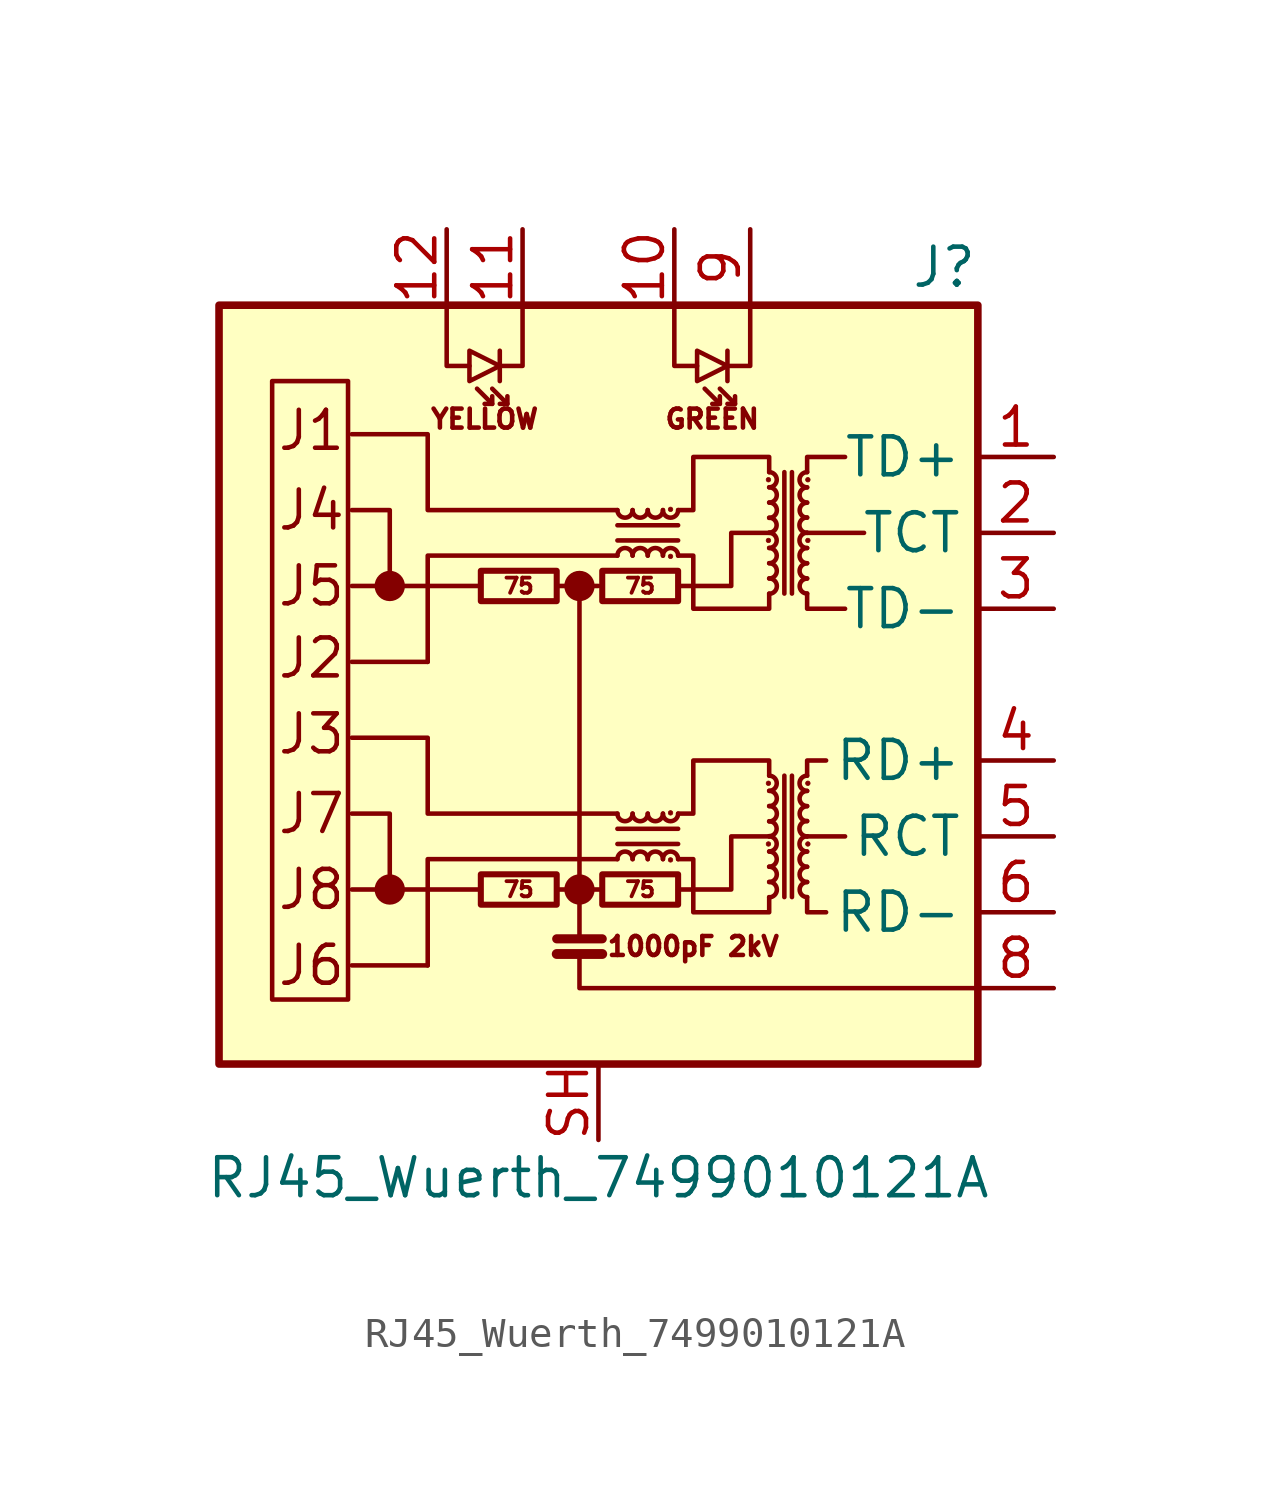
<source format=kicad_sym>
(kicad_symbol_lib
  (version 20220914)
  (generator kicad_symbol_editor)
  (symbol "RJ45_Wuerth_7499010121A"
    (property "Reference" "J"
      (at 12.7 13.97 0)
      (effects (font (size 1.27 1.27)) (justify right)))
    (property "Value" "RJ45_Wuerth_7499010121A"
      (at 0 -16.51 0)
      (effects (font (size 1.27 1.27))))
    (symbol "RJ45_Wuerth_7499010121A_0_0"
      (rectangle (start -12.7 12.7) (end 12.7 -12.7) (stroke (width 0.254) (type default)) (fill (type background)))
      (circle (center -6.985 -6.858) (radius 0.0001) (stroke (width 0.508) (type default)) (fill (type none)))
      (circle (center -6.985 3.302) (radius 0.0001) (stroke (width 0.508) (type default)) (fill (type none)))
      (circle (center -0.635 -6.858) (radius 0.0001) (stroke (width 0.508) (type default)) (fill (type none)))
      (circle (center -0.635 3.302) (radius 0.0001) (stroke (width 0.508) (type default)) (fill (type none)))
      (polyline (pts (xy -3.937 -6.858) (xy -8.255 -6.858)) (stroke (width 0) (type default)) (fill (type none)))
      (polyline (pts (xy -3.937 3.302) (xy -8.255 3.302)) (stroke (width 0) (type default)) (fill (type none)))
      (polyline (pts (xy 8.255 -5.08) (xy 6.985 -5.08)) (stroke (width 0) (type default)) (fill (type none)))
      (polyline (pts (xy 8.89 5.08) (xy 6.985 5.08)) (stroke (width 0) (type default)) (fill (type none)))
      (polyline (pts (xy -0.635 -9.017) (xy -0.635 -10.16) (xy 12.7 -10.16)) (stroke (width 0) (type default)) (fill (type none)))
      (polyline (pts (xy 0.635 -4.318) (xy -5.715 -4.318) (xy -5.715 -1.778) (xy -8.255 -1.778)) (stroke (width 0) (type default)) (fill (type none)))
      (polyline (pts (xy 0.635 5.842) (xy -5.715 5.842) (xy -5.715 8.382) (xy -8.255 8.382)) (stroke (width 0) (type default)) (fill (type none)))
      (polyline (pts (xy 2.667 -6.858) (xy 4.445 -6.858) (xy 4.445 -5.08) (xy 5.715 -5.08)) (stroke (width 0) (type default)) (fill (type none)))
      (polyline (pts (xy 2.667 3.302) (xy 4.445 3.302) (xy 4.445 5.08) (xy 5.715 5.08)) (stroke (width 0) (type default)) (fill (type none)))
      (text "1000pF 2kV" (at 3.175 -8.763 0) (effects (font (size 0.635 0.635))))
      (text "GREEN" (at 3.81 8.89 0) (effects (font (size 0.635 0.635))))
      (text "J1" (at -10.795 8.509 0) (effects (font (size 1.27 1.27)) (justify left)))
      (text "J2" (at -10.795 0.889 0) (effects (font (size 1.27 1.27)) (justify left)))
      (text "J3" (at -10.795 -1.651 0) (effects (font (size 1.27 1.27)) (justify left)))
      (text "J4" (at -10.795 5.842 0) (effects (font (size 1.27 1.27)) (justify left)))
      (text "J5" (at -10.795 3.302 0) (effects (font (size 1.27 1.27)) (justify left)))
      (text "J6" (at -10.795 -9.398 0) (effects (font (size 1.27 1.27)) (justify left)))
      (text "J7" (at -10.795 -4.318 0) (effects (font (size 1.27 1.27)) (justify left)))
      (text "J8" (at -10.795 -6.858 0) (effects (font (size 1.27 1.27)) (justify left)))
      (text "YELLOW" (at -3.81 8.89 0) (effects (font (size 0.635 0.635)))))
    (symbol "RJ45_Wuerth_7499010121A_0_1"
      (rectangle (start -8.382 -10.541) (end -10.922 10.16) (stroke (width 0) (type default)) (fill (type none)))
      (rectangle (start -3.937 -7.366) (end -1.397 -6.35) (stroke (width 0.203) (type default)) (fill (type none)))
      (rectangle (start -3.937 2.794) (end -1.397 3.81) (stroke (width 0.203) (type default)) (fill (type none)))
      (polyline (pts (xy -5.715 -9.398) (xy -8.255 -9.398)) (stroke (width 0) (type default)) (fill (type none)))
      (polyline (pts (xy -5.715 0.762) (xy -8.255 0.762)) (stroke (width 0) (type default)) (fill (type none)))
      (polyline (pts (xy -3.556 9.398) (xy -4.064 9.906)) (stroke (width 0) (type default)) (fill (type none)))
      (polyline (pts (xy -3.302 11.176) (xy -3.302 10.16)) (stroke (width 0) (type default)) (fill (type none)))
      (polyline (pts (xy -3.048 9.398) (xy -3.556 9.906)) (stroke (width 0) (type default)) (fill (type none)))
      (polyline (pts (xy -1.397 -9.017) (xy 0.127 -9.017)) (stroke (width 0.33) (type default)) (fill (type none)))
      (polyline (pts (xy -1.397 -8.509) (xy 0.127 -8.509)) (stroke (width 0.305) (type default)) (fill (type none)))
      (polyline (pts (xy -0.635 3.302) (xy -1.397 3.302)) (stroke (width 0) (type default)) (fill (type none)))
      (polyline (pts (xy 0.127 -6.858) (xy -1.397 -6.858)) (stroke (width 0) (type default)) (fill (type none)))
      (polyline (pts (xy 0.635 -5.334) (xy 2.667 -5.334)) (stroke (width 0) (type default)) (fill (type none)))
      (polyline (pts (xy 0.635 4.826) (xy 2.667 4.826)) (stroke (width 0) (type default)) (fill (type none)))
      (polyline (pts (xy 2.667 -4.826) (xy 0.635 -4.826)) (stroke (width 0) (type default)) (fill (type none)))
      (polyline (pts (xy 2.667 5.334) (xy 0.635 5.334)) (stroke (width 0) (type default)) (fill (type none)))
      (polyline (pts (xy 4.064 9.398) (xy 3.556 9.906)) (stroke (width 0) (type default)) (fill (type none)))
      (polyline (pts (xy 4.318 11.176) (xy 4.318 10.16)) (stroke (width 0) (type default)) (fill (type none)))
      (polyline (pts (xy 4.572 9.398) (xy 4.064 9.906)) (stroke (width 0) (type default)) (fill (type none)))
      (polyline (pts (xy 6.223 -3.048) (xy 6.223 -7.112)) (stroke (width 0) (type default)) (fill (type none)))
      (polyline (pts (xy 6.223 7.112) (xy 6.223 3.048)) (stroke (width 0) (type default)) (fill (type none)))
      (polyline (pts (xy 6.477 -7.112) (xy 6.477 -3.048)) (stroke (width 0) (type default)) (fill (type none)))
      (polyline (pts (xy 6.477 3.048) (xy 6.477 7.112)) (stroke (width 0) (type default)) (fill (type none)))
      (polyline (pts (xy -6.985 -6.858) (xy -6.985 -4.318) (xy -8.255 -4.318)) (stroke (width 0) (type default)) (fill (type none)))
      (polyline (pts (xy -6.985 3.302) (xy -6.985 5.842) (xy -8.255 5.842)) (stroke (width 0) (type default)) (fill (type none)))
      (polyline (pts (xy -5.08 12.7) (xy -5.08 10.668) (xy -4.318 10.668)) (stroke (width 0) (type default)) (fill (type none)))
      (polyline (pts (xy -3.556 9.652) (xy -3.556 9.398) (xy -3.81 9.398)) (stroke (width 0) (type default)) (fill (type none)))
      (polyline (pts (xy -3.048 9.652) (xy -3.048 9.398) (xy -3.302 9.398)) (stroke (width 0) (type default)) (fill (type none)))
      (polyline (pts (xy -2.54 12.7) (xy -2.54 10.668) (xy -3.302 10.668)) (stroke (width 0) (type default)) (fill (type none)))
      (polyline (pts (xy -0.635 -8.509) (xy -0.635 3.302) (xy 0 3.302)) (stroke (width 0) (type default)) (fill (type none)))
      (polyline (pts (xy 0.635 -5.842) (xy -5.715 -5.842) (xy -5.715 -9.398)) (stroke (width 0) (type default)) (fill (type none)))
      (polyline (pts (xy 0.635 4.318) (xy -5.715 4.318) (xy -5.715 0.762)) (stroke (width 0) (type default)) (fill (type none)))
      (polyline (pts (xy 2.54 12.7) (xy 2.54 10.668) (xy 3.302 10.668)) (stroke (width 0) (type default)) (fill (type none)))
      (polyline (pts (xy 4.064 9.652) (xy 4.064 9.398) (xy 3.81 9.398)) (stroke (width 0) (type default)) (fill (type none)))
      (polyline (pts (xy 4.572 9.652) (xy 4.572 9.398) (xy 4.318 9.398)) (stroke (width 0) (type default)) (fill (type none)))
      (polyline (pts (xy 5.08 12.7) (xy 5.08 10.668) (xy 4.318 10.668)) (stroke (width 0) (type default)) (fill (type none)))
      (polyline (pts (xy 6.985 -7.112) (xy 6.985 -7.62) (xy 7.62 -7.62)) (stroke (width 0) (type default)) (fill (type none)))
      (polyline (pts (xy 6.985 -3.048) (xy 6.985 -2.54) (xy 7.62 -2.54)) (stroke (width 0) (type default)) (fill (type none)))
      (polyline (pts (xy 6.985 3.048) (xy 6.985 2.54) (xy 8.255 2.54)) (stroke (width 0) (type default)) (fill (type none)))
      (polyline (pts (xy 6.985 7.112) (xy 6.985 7.62) (xy 8.255 7.62)) (stroke (width 0) (type default)) (fill (type none)))
      (polyline (pts (xy -3.302 10.668) (xy -4.318 11.176) (xy -4.318 10.16) (xy -3.302 10.668)) (stroke (width 0) (type default)) (fill (type none)))
      (polyline (pts (xy 4.318 10.668) (xy 3.302 11.176) (xy 3.302 10.16) (xy 4.318 10.668)) (stroke (width 0) (type default)) (fill (type none)))
      (polyline (pts (xy 2.667 -4.318) (xy 3.175 -4.318) (xy 3.175 -2.54) (xy 5.715 -2.54) (xy 5.715 -3.048)) (stroke (width 0) (type default)) (fill (type none)))
      (polyline (pts (xy 2.667 5.842) (xy 3.175 5.842) (xy 3.175 7.62) (xy 5.715 7.62) (xy 5.715 7.112)) (stroke (width 0) (type default)) (fill (type none)))
      (polyline (pts (xy 5.715 -7.112) (xy 5.715 -7.62) (xy 3.175 -7.62) (xy 3.175 -5.842) (xy 2.667 -5.842)) (stroke (width 0) (type default)) (fill (type none)))
      (polyline (pts (xy 5.715 3.048) (xy 5.715 2.54) (xy 3.175 2.54) (xy 3.175 4.318) (xy 2.667 4.318)) (stroke (width 0) (type default)) (fill (type none)))
      (rectangle (start 0.127 -7.366) (end 2.667 -6.35) (stroke (width 0.203) (type default)) (fill (type none)))
      (rectangle (start 0.127 2.794) (end 2.667 3.81) (stroke (width 0.203) (type default)) (fill (type none)))
      (arc (start 0.635 -4.318) (mid 0.889 -4.5709) (end 1.143 -4.318) (stroke (width 0) (type default)) (fill (type none)))
      (arc (start 0.635 5.842) (mid 0.889 5.5891) (end 1.143 5.842) (stroke (width 0) (type default)) (fill (type none)))
      (arc (start 1.143 -5.842) (mid 0.889 -5.5891) (end 0.635 -5.842) (stroke (width 0) (type default)) (fill (type none)))
      (arc (start 1.143 -4.318) (mid 1.397 -4.5709) (end 1.651 -4.318) (stroke (width 0) (type default)) (fill (type none)))
      (arc (start 1.143 4.318) (mid 0.889 4.5709) (end 0.635 4.318) (stroke (width 0) (type default)) (fill (type none)))
      (arc (start 1.143 5.842) (mid 1.397 5.5891) (end 1.651 5.842) (stroke (width 0) (type default)) (fill (type none)))
      (arc (start 1.651 -5.842) (mid 1.397 -5.5891) (end 1.143 -5.842) (stroke (width 0) (type default)) (fill (type none)))
      (arc (start 1.651 -4.318) (mid 1.905 -4.5709) (end 2.159 -4.318) (stroke (width 0) (type default)) (fill (type none)))
      (arc (start 1.651 4.318) (mid 1.397 4.5709) (end 1.143 4.318) (stroke (width 0) (type default)) (fill (type none)))
      (arc (start 1.651 5.842) (mid 1.905 5.5891) (end 2.159 5.842) (stroke (width 0) (type default)) (fill (type none)))
      (arc (start 2.159 -5.842) (mid 1.905 -5.5891) (end 1.651 -5.842) (stroke (width 0) (type default)) (fill (type none)))
      (arc (start 2.159 -4.318) (mid 2.413 -4.5709) (end 2.667 -4.318) (stroke (width 0) (type default)) (fill (type none)))
      (arc (start 2.159 4.318) (mid 1.905 4.5709) (end 1.651 4.318) (stroke (width 0) (type default)) (fill (type none)))
      (arc (start 2.159 5.842) (mid 2.413 5.5891) (end 2.667 5.842) (stroke (width 0) (type default)) (fill (type none)))
      (circle (center 2.413 -5.867) (radius 0.076) (stroke (width 0.025) (type default)) (fill (type outline)))
      (circle (center 2.413 -4.293) (radius 0.076) (stroke (width 0.025) (type default)) (fill (type outline)))
      (circle (center 2.413 4.293) (radius 0.076) (stroke (width 0.025) (type default)) (fill (type outline)))
      (circle (center 2.413 5.867) (radius 0.076) (stroke (width 0.025) (type default)) (fill (type outline)))
      (arc (start 2.667 -5.842) (mid 2.413 -5.5891) (end 2.159 -5.842) (stroke (width 0) (type default)) (fill (type none)))
      (arc (start 2.667 4.318) (mid 2.413 4.5709) (end 2.159 4.318) (stroke (width 0) (type default)) (fill (type none)))
      (circle (center 5.69 -5.334) (radius 0.076) (stroke (width 0.025) (type default)) (fill (type outline)))
      (circle (center 5.69 -3.302) (radius 0.076) (stroke (width 0.025) (type default)) (fill (type outline)))
      (circle (center 5.69 4.826) (radius 0.076) (stroke (width 0.025) (type default)) (fill (type outline)))
      (circle (center 5.69 6.858) (radius 0.076) (stroke (width 0.025) (type default)) (fill (type outline)))
      (arc (start 5.715 -7.112) (mid 5.9679 -6.858) (end 5.715 -6.604) (stroke (width 0) (type default)) (fill (type none)))
      (arc (start 5.715 -6.604) (mid 5.9679 -6.35) (end 5.715 -6.096) (stroke (width 0) (type default)) (fill (type none)))
      (arc (start 5.715 -6.096) (mid 5.9679 -5.842) (end 5.715 -5.588) (stroke (width 0) (type default)) (fill (type none)))
      (arc (start 5.715 -5.588) (mid 5.9679 -5.334) (end 5.715 -5.08) (stroke (width 0) (type default)) (fill (type none)))
      (arc (start 5.715 -5.08) (mid 5.9679 -4.826) (end 5.715 -4.572) (stroke (width 0) (type default)) (fill (type none)))
      (arc (start 5.715 -4.572) (mid 5.9679 -4.318) (end 5.715 -4.064) (stroke (width 0) (type default)) (fill (type none)))
      (arc (start 5.715 -4.064) (mid 5.9679 -3.81) (end 5.715 -3.556) (stroke (width 0) (type default)) (fill (type none)))
      (arc (start 5.715 -3.556) (mid 5.9679 -3.302) (end 5.715 -3.048) (stroke (width 0) (type default)) (fill (type none)))
      (arc (start 5.715 3.048) (mid 5.9679 3.302) (end 5.715 3.556) (stroke (width 0) (type default)) (fill (type none)))
      (arc (start 5.715 3.556) (mid 5.9679 3.81) (end 5.715 4.064) (stroke (width 0) (type default)) (fill (type none)))
      (arc (start 5.715 4.064) (mid 5.9679 4.318) (end 5.715 4.572) (stroke (width 0) (type default)) (fill (type none)))
      (arc (start 5.715 4.572) (mid 5.9679 4.826) (end 5.715 5.08) (stroke (width 0) (type default)) (fill (type none)))
      (arc (start 5.715 5.08) (mid 5.9679 5.334) (end 5.715 5.588) (stroke (width 0) (type default)) (fill (type none)))
      (arc (start 5.715 5.588) (mid 5.9679 5.842) (end 5.715 6.096) (stroke (width 0) (type default)) (fill (type none)))
      (arc (start 5.715 6.096) (mid 5.9679 6.35) (end 5.715 6.604) (stroke (width 0) (type default)) (fill (type none)))
      (arc (start 5.715 6.604) (mid 5.9679 6.858) (end 5.715 7.112) (stroke (width 0) (type default)) (fill (type none)))
      (arc (start 6.985 -6.604) (mid 6.7321 -6.858) (end 6.985 -7.112) (stroke (width 0) (type default)) (fill (type none)))
      (arc (start 6.985 -6.096) (mid 6.7321 -6.35) (end 6.985 -6.604) (stroke (width 0) (type default)) (fill (type none)))
      (arc (start 6.985 -5.588) (mid 6.7321 -5.842) (end 6.985 -6.096) (stroke (width 0) (type default)) (fill (type none)))
      (arc (start 6.985 -5.08) (mid 6.7321 -5.334) (end 6.985 -5.588) (stroke (width 0) (type default)) (fill (type none)))
      (arc (start 6.985 -4.572) (mid 6.7321 -4.826) (end 6.985 -5.08) (stroke (width 0) (type default)) (fill (type none)))
      (arc (start 6.985 -4.064) (mid 6.7321 -4.318) (end 6.985 -4.572) (stroke (width 0) (type default)) (fill (type none)))
      (arc (start 6.985 -3.556) (mid 6.7321 -3.81) (end 6.985 -4.064) (stroke (width 0) (type default)) (fill (type none)))
      (arc (start 6.985 -3.048) (mid 6.7321 -3.302) (end 6.985 -3.556) (stroke (width 0) (type default)) (fill (type none)))
      (arc (start 6.985 3.556) (mid 6.7321 3.302) (end 6.985 3.048) (stroke (width 0) (type default)) (fill (type none)))
      (arc (start 6.985 4.064) (mid 6.7321 3.81) (end 6.985 3.556) (stroke (width 0) (type default)) (fill (type none)))
      (arc (start 6.985 4.572) (mid 6.7321 4.318) (end 6.985 4.064) (stroke (width 0) (type default)) (fill (type none)))
      (arc (start 6.985 5.08) (mid 6.7321 4.826) (end 6.985 4.572) (stroke (width 0) (type default)) (fill (type none)))
      (arc (start 6.985 5.588) (mid 6.7321 5.334) (end 6.985 5.08) (stroke (width 0) (type default)) (fill (type none)))
      (arc (start 6.985 6.096) (mid 6.7321 5.842) (end 6.985 5.588) (stroke (width 0) (type default)) (fill (type none)))
      (arc (start 6.985 6.604) (mid 6.7321 6.35) (end 6.985 6.096) (stroke (width 0) (type default)) (fill (type none)))
      (arc (start 6.985 7.112) (mid 6.7321 6.858) (end 6.985 6.604) (stroke (width 0) (type default)) (fill (type none)))
      (circle (center 7.01 -5.334) (radius 0.076) (stroke (width 0.025) (type default)) (fill (type outline)))
      (circle (center 7.01 -3.302) (radius 0.076) (stroke (width 0.025) (type default)) (fill (type outline)))
      (circle (center 7.01 4.826) (radius 0.076) (stroke (width 0.025) (type default)) (fill (type outline)))
      (circle (center 7.01 6.858) (radius 0.076) (stroke (width 0.025) (type default)) (fill (type outline))))
    (symbol "RJ45_Wuerth_7499010121A_1_0"
      (text "75" (at -2.667 -6.858 0) (effects (font (size 0.508 0.508))))
      (text "75" (at -2.667 3.302 0) (effects (font (size 0.508 0.508))))
      (text "75" (at 1.397 -6.858 0) (effects (font (size 0.508 0.508))))
      (text "75" (at 1.397 3.302 0) (effects (font (size 0.508 0.508)))))
    (symbol "RJ45_Wuerth_7499010121A_1_1"
      (pin passive line (at 15.24 7.62 180) (length 2.54) (name "TD+" (effects (font (size 1.27 1.27)))) (number "1" (effects (font (size 1.27 1.27)))))
      (pin passive line (at 2.54 15.24 270) (length 2.54) (name "~" (effects (font (size 1.27 1.27)))) (number "10" (effects (font (size 1.27 1.27)))))
      (pin passive line (at -2.54 15.24 270) (length 2.54) (name "~" (effects (font (size 1.27 1.27)))) (number "11" (effects (font (size 1.27 1.27)))))
      (pin passive line (at -5.08 15.24 270) (length 2.54) (name "~" (effects (font (size 1.27 1.27)))) (number "12" (effects (font (size 1.27 1.27)))))
      (pin passive line (at 15.24 5.08 180) (length 2.54) (name "TCT" (effects (font (size 1.27 1.27)))) (number "2" (effects (font (size 1.27 1.27)))))
      (pin passive line (at 15.24 2.54 180) (length 2.54) (name "TD-" (effects (font (size 1.27 1.27)))) (number "3" (effects (font (size 1.27 1.27)))))
      (pin passive line (at 15.24 -2.54 180) (length 2.54) (name "RD+" (effects (font (size 1.27 1.27)))) (number "4" (effects (font (size 1.27 1.27)))))
      (pin passive line (at 15.24 -5.08 180) (length 2.54) (name "RCT" (effects (font (size 1.27 1.27)))) (number "5" (effects (font (size 1.27 1.27)))))
      (pin passive line (at 15.24 -7.62 180) (length 2.54) (name "RD-" (effects (font (size 1.27 1.27)))) (number "6" (effects (font (size 1.27 1.27)))))
      (pin passive line (at 15.24 -10.16 180) (length 2.54) (name "~" (effects (font (size 1.27 1.27)))) (number "8" (effects (font (size 1.27 1.27)))))
      (pin passive line (at 5.08 15.24 270) (length 2.54) (name "~" (effects (font (size 1.27 1.27)))) (number "9" (effects (font (size 1.27 1.27)))))
      (pin passive line (at 0 -15.24 90) (length 2.54) (name "~" (effects (font (size 1.27 1.27)))) (number "SH" (effects (font (size 1.27 1.27))))))))
</source>
